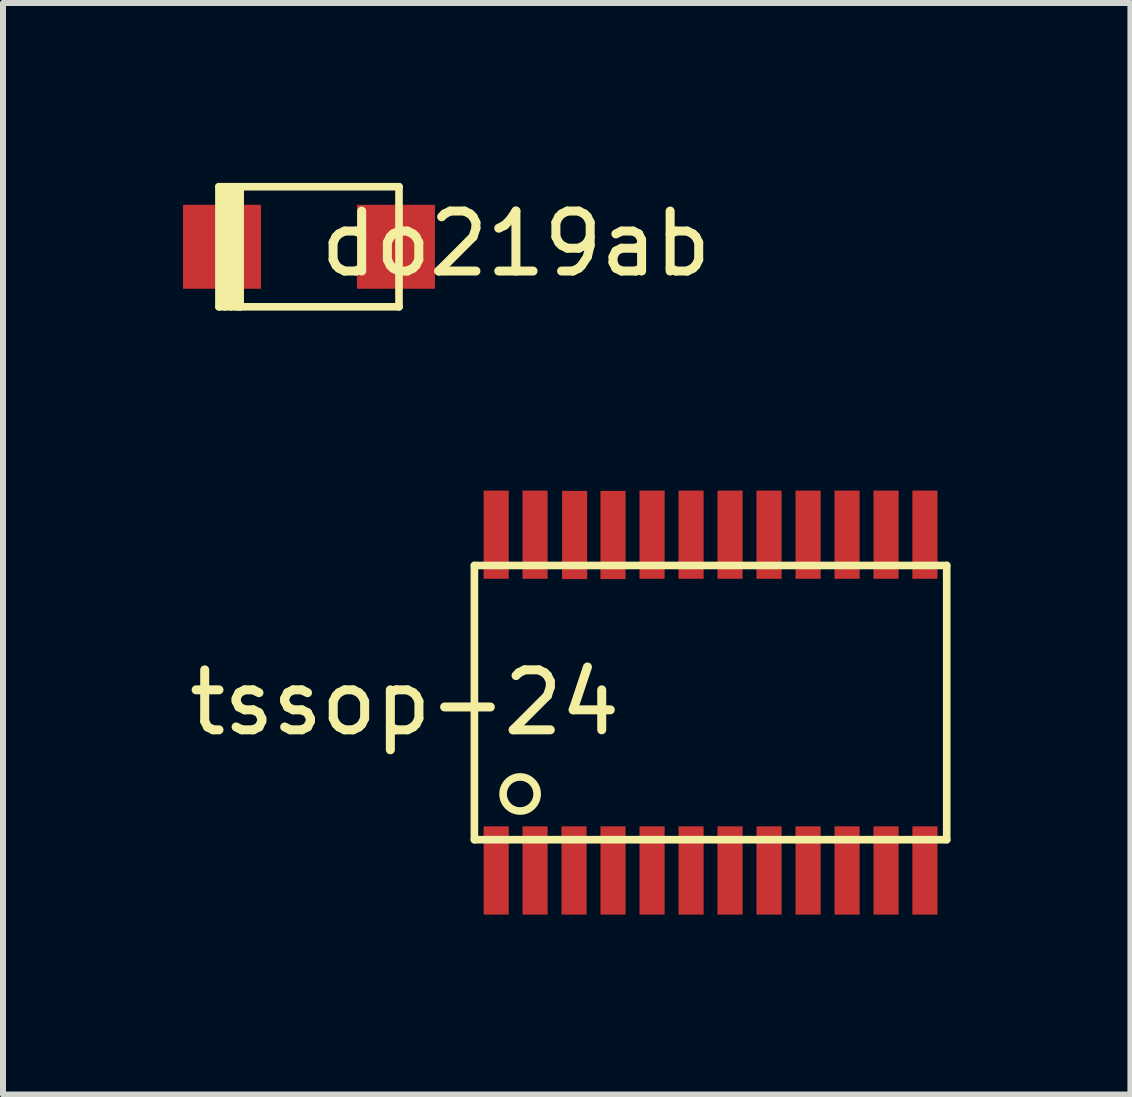
<source format=kicad_pcb>
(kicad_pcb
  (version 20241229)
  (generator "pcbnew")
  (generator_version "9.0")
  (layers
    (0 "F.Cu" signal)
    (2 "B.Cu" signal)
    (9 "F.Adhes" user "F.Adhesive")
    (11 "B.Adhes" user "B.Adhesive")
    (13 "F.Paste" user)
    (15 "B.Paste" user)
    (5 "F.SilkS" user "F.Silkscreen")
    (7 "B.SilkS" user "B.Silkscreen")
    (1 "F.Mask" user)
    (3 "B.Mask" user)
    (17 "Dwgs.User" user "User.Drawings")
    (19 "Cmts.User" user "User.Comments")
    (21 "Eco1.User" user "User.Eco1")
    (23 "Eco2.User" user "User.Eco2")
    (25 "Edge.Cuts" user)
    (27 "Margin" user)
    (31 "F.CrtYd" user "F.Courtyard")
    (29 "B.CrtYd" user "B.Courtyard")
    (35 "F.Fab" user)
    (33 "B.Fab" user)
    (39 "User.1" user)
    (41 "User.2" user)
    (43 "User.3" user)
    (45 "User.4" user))
  (footprint "do219ab"
    (layer "F.Cu")
    (at 2.101 1.064)
    (property "Reference" "do219ab" (at 3.45 -0.05 0) (layer "F.SilkS") (effects (font (size 1 1) (thickness 0.15))))
    (attr through_hole)
    (fp_line (start -1.501 -1.001) (end -1.501 1.001) (stroke (width 0.127) (type solid)) (layer "F.SilkS"))
    (fp_line (start -1.501 1.001) (end 1.501 1.001) (stroke (width 0.127) (type solid)) (layer "F.SilkS"))
    (fp_line (start -1.4 -1.001) (end -1.4 1.001) (stroke (width 0.127) (type solid)) (layer "F.SilkS"))
    (fp_line (start -1.299 -1.001) (end -1.299 1.001) (stroke (width 0.127) (type solid)) (layer "F.SilkS"))
    (fp_line (start -1.201 1.001) (end -1.201 -1.001) (stroke (width 0.127) (type solid)) (layer "F.SilkS"))
    (fp_line (start -1.15 1.001) (end -1.15 -1.001) (stroke (width 0.127) (type solid)) (layer "F.SilkS"))
    (fp_line (start -1.15 -1.001) (end -1.15 1.001) (stroke (width 0.127) (type solid)) (layer "F.SilkS"))
    (fp_line (start 1.501 -1.001) (end -1.501 -1.001) (stroke (width 0.127) (type solid)) (layer "F.SilkS"))
    (fp_line (start 1.501 1.001) (end 1.501 -1.001) (stroke (width 0.127) (type solid)) (layer "F.SilkS"))
    (pad "1" smd rect (at -1.45 0) (size 1.3 1.4) (layers "F.Cu" "F.Mask" "F.Paste"))
    (pad "2" smd rect (at 1.45 0) (size 1.3 1.4) (layers "F.Cu" "F.Mask" "F.Paste")))
  (footprint "tssop-24"
    (layer "F.Cu")
    (at 8.796 8.663)
    (property "Reference" "tssop-24" (at -5.1 -0.00048 0) (layer "F.SilkS") (effects (font (size 1 1) (thickness 0.15))))
    (attr through_hole)
    (fp_line (start -3.937 -2.286) (end -3.937 2.286) (stroke (width 0.127) (type solid)) (layer "F.SilkS"))
    (fp_line (start -3.937 2.286) (end 3.937 2.286) (stroke (width 0.127) (type solid)) (layer "F.SilkS"))
    (fp_line (start 3.937 -2.286) (end -3.937 -2.286) (stroke (width 0.127) (type solid)) (layer "F.SilkS"))
    (fp_line (start 3.937 2.286) (end 3.937 -2.286) (stroke (width 0.127) (type solid)) (layer "F.SilkS"))
    (fp_circle (center -3.175 1.524) (end -3.302 1.778) (stroke (width 0.127) (type solid)) (fill no) (layer "F.SilkS"))
    (pad "1" smd rect (at -3.574 2.799) (size 0.419 1.471) (layers "F.Cu" "F.Mask" "F.Paste"))
    (pad "2" smd rect (at -2.926 2.799) (size 0.419 1.471) (layers "F.Cu" "F.Mask" "F.Paste"))
    (pad "3" smd rect (at -2.276 2.799) (size 0.419 1.471) (layers "F.Cu" "F.Mask" "F.Paste"))
    (pad "4" smd rect (at -1.626 2.799) (size 0.419 1.471) (layers "F.Cu" "F.Mask" "F.Paste"))
    (pad "5" smd rect (at -0.975 2.799) (size 0.419 1.471) (layers "F.Cu" "F.Mask" "F.Paste"))
    (pad "6" smd rect (at -0.325 2.799) (size 0.419 1.471) (layers "F.Cu" "F.Mask" "F.Paste"))
    (pad "7" smd rect (at 0.325 2.799) (size 0.419 1.471) (layers "F.Cu" "F.Mask" "F.Paste"))
    (pad "8" smd rect (at 0.975 2.799) (size 0.419 1.471) (layers "F.Cu" "F.Mask" "F.Paste"))
    (pad "9" smd rect (at 1.626 2.799) (size 0.419 1.471) (layers "F.Cu" "F.Mask" "F.Paste"))
    (pad "10" smd rect (at 2.276 2.799) (size 0.419 1.471) (layers "F.Cu" "F.Mask" "F.Paste"))
    (pad "11" smd rect (at 2.926 2.799) (size 0.419 1.471) (layers "F.Cu" "F.Mask" "F.Paste"))
    (pad "12" smd rect (at 3.574 2.799) (size 0.419 1.471) (layers "F.Cu" "F.Mask" "F.Paste"))
    (pad "13" smd rect (at 3.574 -2.799) (size 0.419 1.471) (layers "F.Cu" "F.Mask" "F.Paste"))
    (pad "14" smd rect (at 2.926 -2.799) (size 0.419 1.471) (layers "F.Cu" "F.Mask" "F.Paste"))
    (pad "15" smd rect (at 2.276 -2.799) (size 0.419 1.471) (layers "F.Cu" "F.Mask" "F.Paste"))
    (pad "16" smd rect (at 1.626 -2.799) (size 0.419 1.471) (layers "F.Cu" "F.Mask" "F.Paste"))
    (pad "17" smd rect (at 0.975 -2.799) (size 0.419 1.471) (layers "F.Cu" "F.Mask" "F.Paste"))
    (pad "18" smd rect (at 0.325 -2.799) (size 0.419 1.471) (layers "F.Cu" "F.Mask" "F.Paste"))
    (pad "19" smd rect (at -0.325 -2.799) (size 0.419 1.471) (layers "F.Cu" "F.Mask" "F.Paste"))
    (pad "20" smd rect (at -0.975 -2.799) (size 0.419 1.471) (layers "F.Cu" "F.Mask" "F.Paste"))
    (pad "21" smd rect (at -1.626 -2.794) (size 0.419 1.471) (layers "F.Cu" "F.Mask" "F.Paste"))
    (pad "22" smd rect (at -2.266 -2.794) (size 0.419 1.471) (layers "F.Cu" "F.Mask" "F.Paste"))
    (pad "23" smd rect (at -2.926 -2.799) (size 0.419 1.471) (layers "F.Cu" "F.Mask" "F.Paste"))
    (pad "24" smd rect (at -3.574 -2.799) (size 0.419 1.471) (layers "F.Cu" "F.Mask" "F.Paste")))
  (gr_rect
    (start -3 -3)
    (end 15.796 15.197)
    (stroke (width 0.1) (type default))
    (fill no)
    (layer "Edge.Cuts")))
</source>
